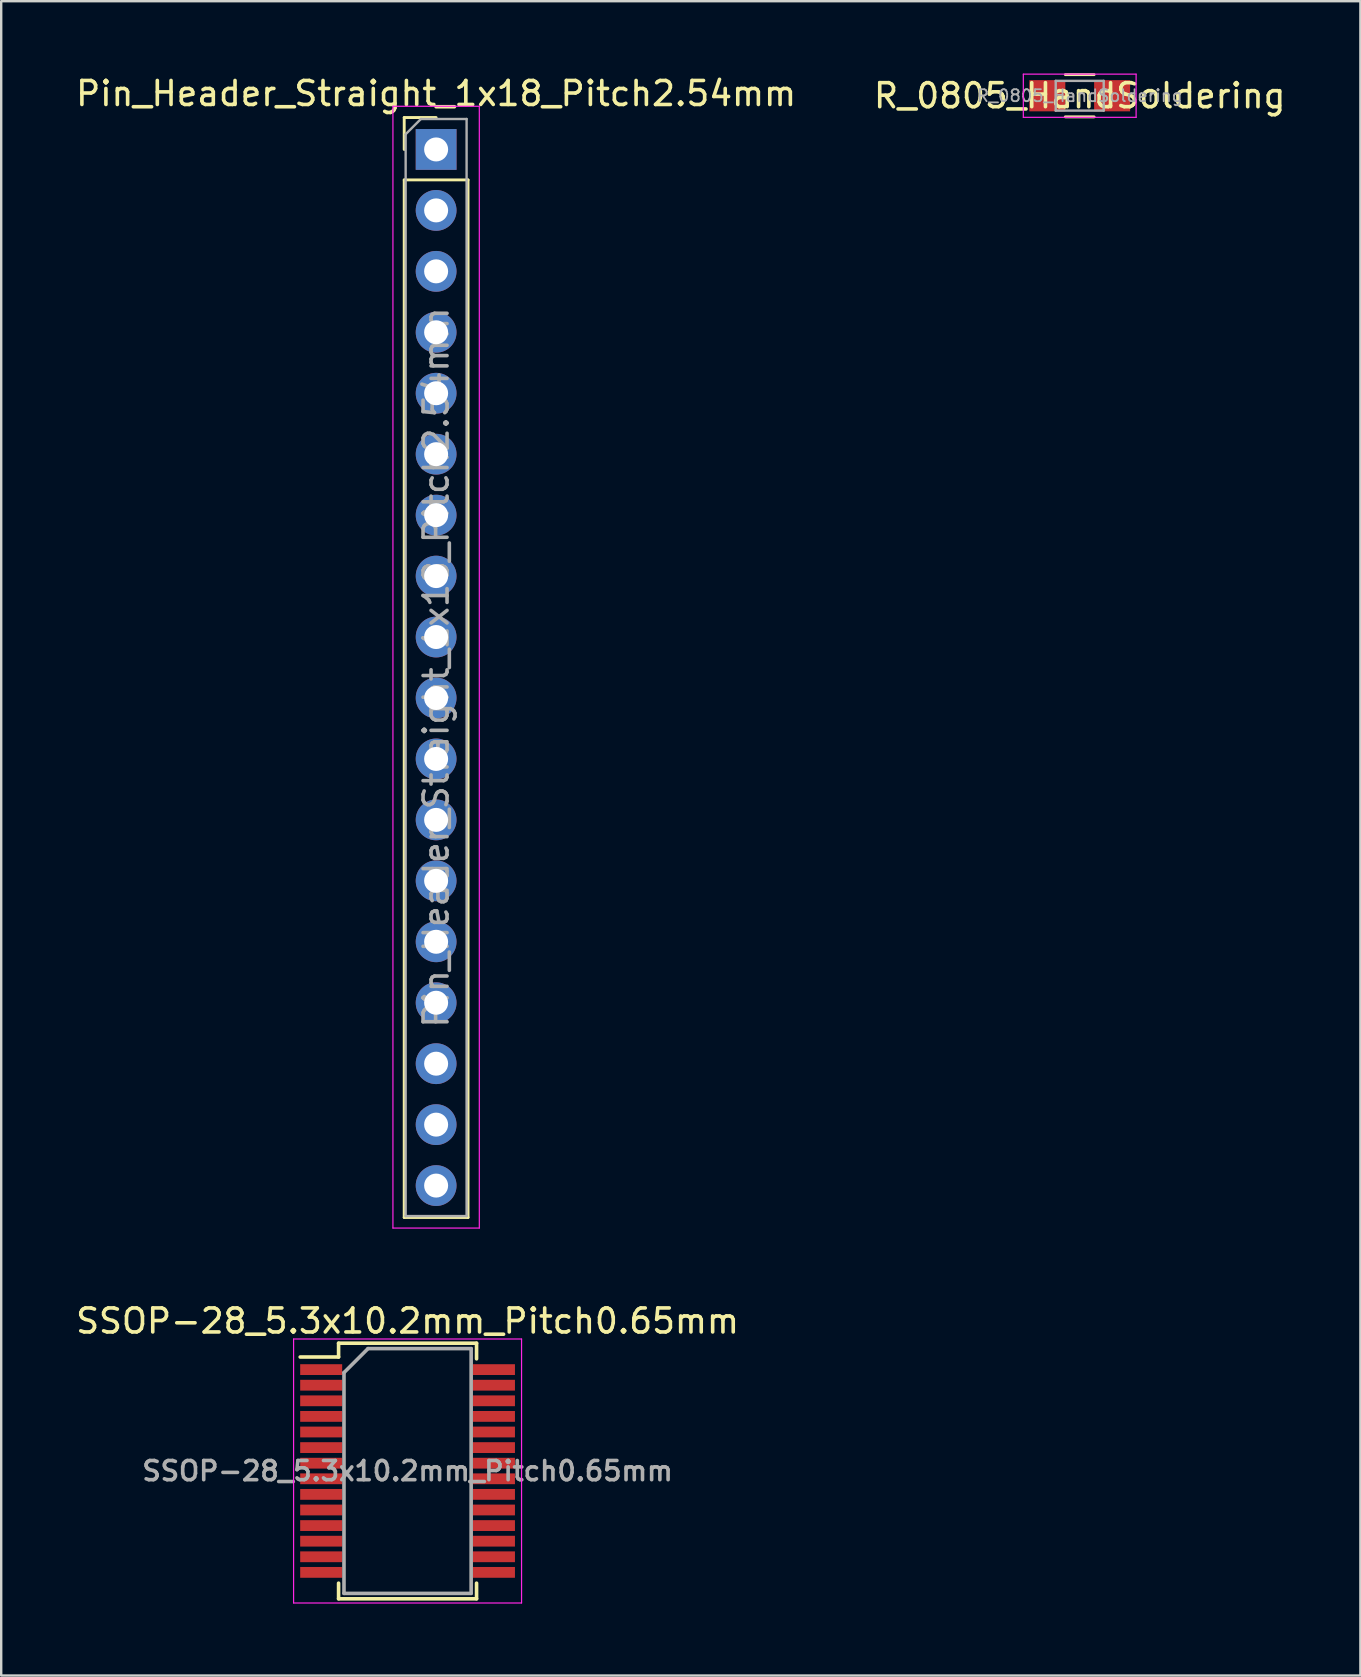
<source format=kicad_pcb>
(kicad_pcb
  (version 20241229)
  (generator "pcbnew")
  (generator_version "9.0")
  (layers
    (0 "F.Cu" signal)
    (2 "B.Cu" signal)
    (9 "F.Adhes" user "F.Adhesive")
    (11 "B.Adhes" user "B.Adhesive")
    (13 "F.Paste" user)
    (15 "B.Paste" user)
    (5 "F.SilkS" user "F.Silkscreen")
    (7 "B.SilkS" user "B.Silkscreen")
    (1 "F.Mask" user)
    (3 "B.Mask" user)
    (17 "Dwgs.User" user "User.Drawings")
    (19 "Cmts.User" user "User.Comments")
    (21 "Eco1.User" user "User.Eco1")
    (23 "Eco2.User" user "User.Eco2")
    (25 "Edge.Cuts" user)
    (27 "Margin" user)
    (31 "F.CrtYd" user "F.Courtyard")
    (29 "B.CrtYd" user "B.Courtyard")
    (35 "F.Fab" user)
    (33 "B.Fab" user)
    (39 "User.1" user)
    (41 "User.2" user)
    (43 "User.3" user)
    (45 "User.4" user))
  (footprint "SSOP-28_5.3x10.2mm_Pitch0.65mm"
    (layer "F.Cu")
    (at 13.935 58.252)
    (property "Reference" "SSOP-28_5.3x10.2mm_Pitch0.65mm" (at 0 -6.25 0) (layer "F.SilkS") (effects (font (size 1 1) (thickness 0.15))))
    (attr smd)
    (fp_line (start -2.875 -5.325) (end -2.875 -4.75) (stroke (width 0.15) (type solid)) (layer "F.SilkS"))
    (fp_line (start -2.875 -5.325) (end 2.875 -5.325) (stroke (width 0.15) (type solid)) (layer "F.SilkS"))
    (fp_line (start -2.875 -4.75) (end -4.475 -4.75) (stroke (width 0.15) (type solid)) (layer "F.SilkS"))
    (fp_line (start -2.875 5.325) (end -2.875 4.675) (stroke (width 0.15) (type solid)) (layer "F.SilkS"))
    (fp_line (start -2.875 5.325) (end 2.875 5.325) (stroke (width 0.15) (type solid)) (layer "F.SilkS"))
    (fp_line (start 2.875 -5.325) (end 2.875 -4.675) (stroke (width 0.15) (type solid)) (layer "F.SilkS"))
    (fp_line (start 2.875 5.325) (end 2.875 4.675) (stroke (width 0.15) (type solid)) (layer "F.SilkS"))
    (fp_line (start -4.75 -5.5) (end -4.75 5.5) (stroke (width 0.05) (type solid)) (layer "F.CrtYd"))
    (fp_line (start -4.75 -5.5) (end 4.75 -5.5) (stroke (width 0.05) (type solid)) (layer "F.CrtYd"))
    (fp_line (start -4.75 5.5) (end 4.75 5.5) (stroke (width 0.05) (type solid)) (layer "F.CrtYd"))
    (fp_line (start 4.75 -5.5) (end 4.75 5.5) (stroke (width 0.05) (type solid)) (layer "F.CrtYd"))
    (fp_line (start -2.65 -4.1) (end -1.65 -5.1) (stroke (width 0.15) (type solid)) (layer "F.Fab"))
    (fp_line (start -2.65 5.1) (end -2.65 -4.1) (stroke (width 0.15) (type solid)) (layer "F.Fab"))
    (fp_line (start -1.65 -5.1) (end 2.65 -5.1) (stroke (width 0.15) (type solid)) (layer "F.Fab"))
    (fp_line (start 2.65 -5.1) (end 2.65 5.1) (stroke (width 0.15) (type solid)) (layer "F.Fab"))
    (fp_line (start 2.65 5.1) (end -2.65 5.1) (stroke (width 0.15) (type solid)) (layer "F.Fab"))
    (fp_text user "${REFERENCE}" (at 0 0 0) (layer "F.Fab") (effects (font (size 0.8 0.8) (thickness 0.15))))
    (pad "1" smd rect (at -3.6 -4.225) (size 1.75 0.45) (layers "F.Cu" "F.Mask" "F.Paste"))
    (pad "2" smd rect (at -3.6 -3.575) (size 1.75 0.45) (layers "F.Cu" "F.Mask" "F.Paste"))
    (pad "3" smd rect (at -3.6 -2.925) (size 1.75 0.45) (layers "F.Cu" "F.Mask" "F.Paste"))
    (pad "4" smd rect (at -3.6 -2.275) (size 1.75 0.45) (layers "F.Cu" "F.Mask" "F.Paste"))
    (pad "5" smd rect (at -3.6 -1.625) (size 1.75 0.45) (layers "F.Cu" "F.Mask" "F.Paste"))
    (pad "6" smd rect (at -3.6 -0.975) (size 1.75 0.45) (layers "F.Cu" "F.Mask" "F.Paste"))
    (pad "7" smd rect (at -3.6 -0.325) (size 1.75 0.45) (layers "F.Cu" "F.Mask" "F.Paste"))
    (pad "8" smd rect (at -3.6 0.325) (size 1.75 0.45) (layers "F.Cu" "F.Mask" "F.Paste"))
    (pad "9" smd rect (at -3.6 0.975) (size 1.75 0.45) (layers "F.Cu" "F.Mask" "F.Paste"))
    (pad "10" smd rect (at -3.6 1.625) (size 1.75 0.45) (layers "F.Cu" "F.Mask" "F.Paste"))
    (pad "11" smd rect (at -3.6 2.275) (size 1.75 0.45) (layers "F.Cu" "F.Mask" "F.Paste"))
    (pad "12" smd rect (at -3.6 2.925) (size 1.75 0.45) (layers "F.Cu" "F.Mask" "F.Paste"))
    (pad "13" smd rect (at -3.6 3.575) (size 1.75 0.45) (layers "F.Cu" "F.Mask" "F.Paste"))
    (pad "14" smd rect (at -3.6 4.225) (size 1.75 0.45) (layers "F.Cu" "F.Mask" "F.Paste"))
    (pad "15" smd rect (at 3.6 4.225) (size 1.75 0.45) (layers "F.Cu" "F.Mask" "F.Paste"))
    (pad "16" smd rect (at 3.6 3.575) (size 1.75 0.45) (layers "F.Cu" "F.Mask" "F.Paste"))
    (pad "17" smd rect (at 3.6 2.925) (size 1.75 0.45) (layers "F.Cu" "F.Mask" "F.Paste"))
    (pad "18" smd rect (at 3.6 2.275) (size 1.75 0.45) (layers "F.Cu" "F.Mask" "F.Paste"))
    (pad "19" smd rect (at 3.6 1.625) (size 1.75 0.45) (layers "F.Cu" "F.Mask" "F.Paste"))
    (pad "20" smd rect (at 3.6 0.975) (size 1.75 0.45) (layers "F.Cu" "F.Mask" "F.Paste"))
    (pad "21" smd rect (at 3.6 0.325) (size 1.75 0.45) (layers "F.Cu" "F.Mask" "F.Paste"))
    (pad "22" smd rect (at 3.6 -0.325) (size 1.75 0.45) (layers "F.Cu" "F.Mask" "F.Paste"))
    (pad "23" smd rect (at 3.6 -0.975) (size 1.75 0.45) (layers "F.Cu" "F.Mask" "F.Paste"))
    (pad "24" smd rect (at 3.6 -1.625) (size 1.75 0.45) (layers "F.Cu" "F.Mask" "F.Paste"))
    (pad "25" smd rect (at 3.6 -2.275) (size 1.75 0.45) (layers "F.Cu" "F.Mask" "F.Paste"))
    (pad "26" smd rect (at 3.6 -2.925) (size 1.75 0.45) (layers "F.Cu" "F.Mask" "F.Paste"))
    (pad "27" smd rect (at 3.6 -3.575) (size 1.75 0.45) (layers "F.Cu" "F.Mask" "F.Paste"))
    (pad "28" smd rect (at 3.6 -4.225) (size 1.75 0.45) (layers "F.Cu" "F.Mask" "F.Paste")))
  (footprint "Pin_Header_Straight_1x18_Pitch2.54mm"
    (layer "F.Cu")
    (at 15.125 3.178)
    (property "Reference" "Pin_Header_Straight_1x18_Pitch2.54mm" (at 0 -2.33 0) (layer "F.SilkS") (effects (font (size 1 1) (thickness 0.15))))
    (attr through_hole)
    (fp_line (start -1.33 -1.33) (end 0 -1.33) (stroke (width 0.12) (type solid)) (layer "F.SilkS"))
    (fp_line (start -1.33 0) (end -1.33 -1.33) (stroke (width 0.12) (type solid)) (layer "F.SilkS"))
    (fp_line (start -1.33 1.27) (end -1.33 44.51) (stroke (width 0.12) (type solid)) (layer "F.SilkS"))
    (fp_line (start -1.33 1.27) (end 1.33 1.27) (stroke (width 0.12) (type solid)) (layer "F.SilkS"))
    (fp_line (start -1.33 44.51) (end 1.33 44.51) (stroke (width 0.12) (type solid)) (layer "F.SilkS"))
    (fp_line (start 1.33 1.27) (end 1.33 44.51) (stroke (width 0.12) (type solid)) (layer "F.SilkS"))
    (fp_line (start -1.8 -1.8) (end -1.8 44.95) (stroke (width 0.05) (type solid)) (layer "F.CrtYd"))
    (fp_line (start -1.8 44.95) (end 1.8 44.95) (stroke (width 0.05) (type solid)) (layer "F.CrtYd"))
    (fp_line (start 1.8 -1.8) (end -1.8 -1.8) (stroke (width 0.05) (type solid)) (layer "F.CrtYd"))
    (fp_line (start 1.8 44.95) (end 1.8 -1.8) (stroke (width 0.05) (type solid)) (layer "F.CrtYd"))
    (fp_line (start -1.27 -0.635) (end -0.635 -1.27) (stroke (width 0.1) (type solid)) (layer "F.Fab"))
    (fp_line (start -1.27 44.45) (end -1.27 -0.635) (stroke (width 0.1) (type solid)) (layer "F.Fab"))
    (fp_line (start -0.635 -1.27) (end 1.27 -1.27) (stroke (width 0.1) (type solid)) (layer "F.Fab"))
    (fp_line (start 1.27 -1.27) (end 1.27 44.45) (stroke (width 0.1) (type solid)) (layer "F.Fab"))
    (fp_line (start 1.27 44.45) (end -1.27 44.45) (stroke (width 0.1) (type solid)) (layer "F.Fab"))
    (fp_text user "${REFERENCE}" (at 0 21.59 90) (layer "F.Fab") (effects (font (size 1 1) (thickness 0.15))))
    (pad "1" thru_hole rect (at 0 0) (size 1.7 1.7) (drill 1) (layers "*.Cu" "*.Mask"))
    (pad "2" thru_hole oval (at 0 2.54) (size 1.7 1.7) (drill 1) (layers "*.Cu" "*.Mask"))
    (pad "3" thru_hole oval (at 0 5.08) (size 1.7 1.7) (drill 1) (layers "*.Cu" "*.Mask"))
    (pad "4" thru_hole oval (at 0 7.62) (size 1.7 1.7) (drill 1) (layers "*.Cu" "*.Mask"))
    (pad "5" thru_hole oval (at 0 10.16) (size 1.7 1.7) (drill 1) (layers "*.Cu" "*.Mask"))
    (pad "6" thru_hole oval (at 0 12.7) (size 1.7 1.7) (drill 1) (layers "*.Cu" "*.Mask"))
    (pad "7" thru_hole oval (at 0 15.24) (size 1.7 1.7) (drill 1) (layers "*.Cu" "*.Mask"))
    (pad "8" thru_hole oval (at 0 17.78) (size 1.7 1.7) (drill 1) (layers "*.Cu" "*.Mask"))
    (pad "9" thru_hole oval (at 0 20.32) (size 1.7 1.7) (drill 1) (layers "*.Cu" "*.Mask"))
    (pad "10" thru_hole oval (at 0 22.86) (size 1.7 1.7) (drill 1) (layers "*.Cu" "*.Mask"))
    (pad "11" thru_hole oval (at 0 25.4) (size 1.7 1.7) (drill 1) (layers "*.Cu" "*.Mask"))
    (pad "12" thru_hole oval (at 0 27.94) (size 1.7 1.7) (drill 1) (layers "*.Cu" "*.Mask"))
    (pad "13" thru_hole oval (at 0 30.48) (size 1.7 1.7) (drill 1) (layers "*.Cu" "*.Mask"))
    (pad "14" thru_hole oval (at 0 33.02) (size 1.7 1.7) (drill 1) (layers "*.Cu" "*.Mask"))
    (pad "15" thru_hole oval (at 0 35.56) (size 1.7 1.7) (drill 1) (layers "*.Cu" "*.Mask"))
    (pad "16" thru_hole oval (at 0 38.1) (size 1.7 1.7) (drill 1) (layers "*.Cu" "*.Mask"))
    (pad "17" thru_hole oval (at 0 40.64) (size 1.7 1.7) (drill 1) (layers "*.Cu" "*.Mask"))
    (pad "18" thru_hole oval (at 0 43.18) (size 1.7 1.7) (drill 1) (layers "*.Cu" "*.Mask")))
  (footprint "R_0805_HandSoldering"
    (layer "F.Cu")
    (at 41.946 0.94)
    (property "Reference" "R_0805_HandSoldering" (at 0 0 0) (layer "F.SilkS") (effects (font (size 1 1) (thickness 0.15))))
    (attr smd)
    (fp_line (start -0.6 -0.88) (end 0.6 -0.88) (stroke (width 0.12) (type solid)) (layer "F.SilkS"))
    (fp_line (start 0.6 0.88) (end -0.6 0.88) (stroke (width 0.12) (type solid)) (layer "F.SilkS"))
    (fp_line (start -2.35 -0.9) (end -2.35 0.9) (stroke (width 0.05) (type solid)) (layer "F.CrtYd"))
    (fp_line (start -2.35 -0.9) (end 2.35 -0.9) (stroke (width 0.05) (type solid)) (layer "F.CrtYd"))
    (fp_line (start 2.35 0.9) (end -2.35 0.9) (stroke (width 0.05) (type solid)) (layer "F.CrtYd"))
    (fp_line (start 2.35 0.9) (end 2.35 -0.9) (stroke (width 0.05) (type solid)) (layer "F.CrtYd"))
    (fp_line (start -1 -0.62) (end 1 -0.62) (stroke (width 0.1) (type solid)) (layer "F.Fab"))
    (fp_line (start -1 0.62) (end -1 -0.62) (stroke (width 0.1) (type solid)) (layer "F.Fab"))
    (fp_line (start 1 -0.62) (end 1 0.62) (stroke (width 0.1) (type solid)) (layer "F.Fab"))
    (fp_line (start 1 0.62) (end -1 0.62) (stroke (width 0.1) (type solid)) (layer "F.Fab"))
    (fp_text user "${REFERENCE}" (at 0 0 0) (layer "F.Fab") (effects (font (size 0.5 0.5) (thickness 0.075))))
    (pad "1" smd rect (at -1.35 0) (size 1.5 1.3) (layers "F.Cu" "F.Mask" "F.Paste"))
    (pad "2" smd rect (at 1.35 0) (size 1.5 1.3) (layers "F.Cu" "F.Mask" "F.Paste")))
  (gr_rect
    (start -3 -3)
    (end 53.643 66.776)
    (stroke (width 0.1) (type default))
    (fill no)
    (layer "Edge.Cuts")))
</source>
